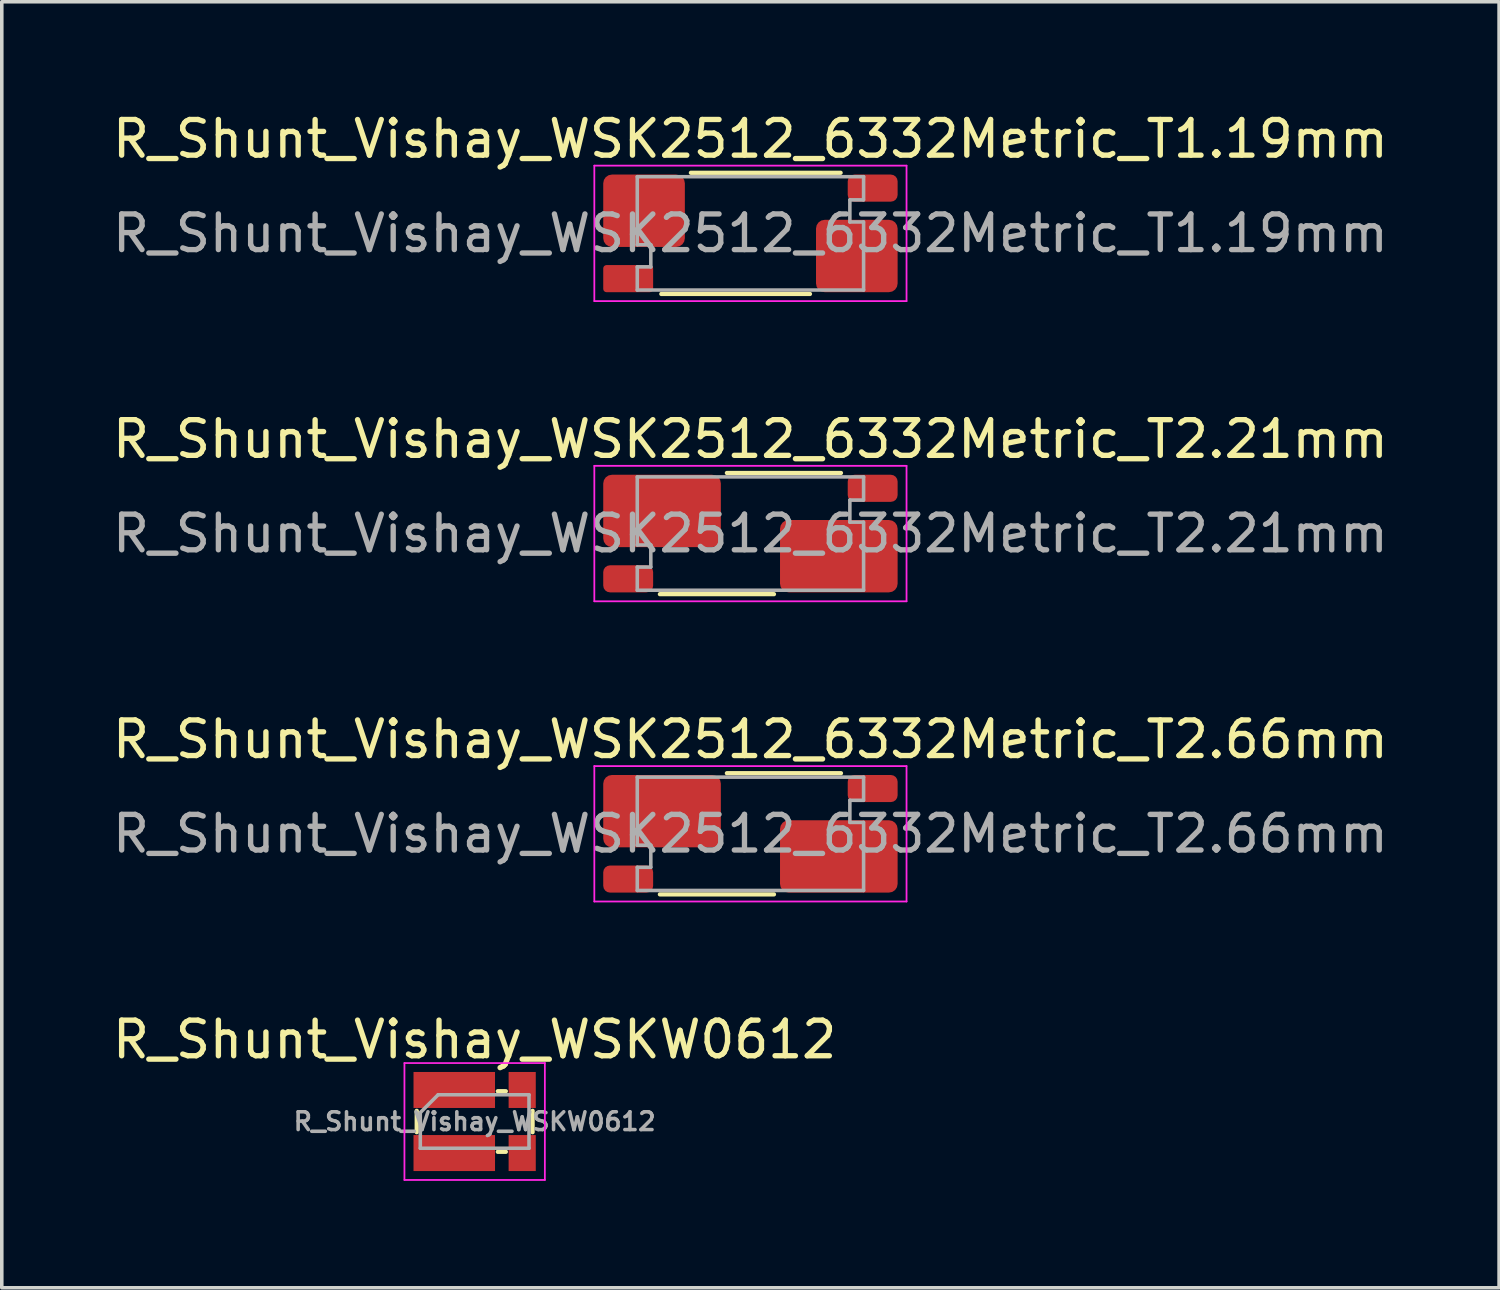
<source format=kicad_pcb>
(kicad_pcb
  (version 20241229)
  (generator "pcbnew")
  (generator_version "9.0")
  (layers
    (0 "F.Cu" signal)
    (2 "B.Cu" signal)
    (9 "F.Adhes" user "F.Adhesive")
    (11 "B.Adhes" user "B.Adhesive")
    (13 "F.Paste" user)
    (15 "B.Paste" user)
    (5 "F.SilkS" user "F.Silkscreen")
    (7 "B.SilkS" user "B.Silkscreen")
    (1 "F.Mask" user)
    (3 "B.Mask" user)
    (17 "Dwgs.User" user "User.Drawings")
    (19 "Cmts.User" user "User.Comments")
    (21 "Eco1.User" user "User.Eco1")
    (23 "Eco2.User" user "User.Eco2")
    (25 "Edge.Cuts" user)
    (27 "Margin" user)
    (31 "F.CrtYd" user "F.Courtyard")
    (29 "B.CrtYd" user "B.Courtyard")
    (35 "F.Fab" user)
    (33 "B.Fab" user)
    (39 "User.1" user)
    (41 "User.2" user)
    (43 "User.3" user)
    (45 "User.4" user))
  (footprint "R_Shunt_Vishay_WSK2512_6332Metric_T1.19mm"
    (layer "F.Cu")
    (at 18.006 3.498)
    (property "Reference" "R_Shunt_Vishay_WSK2512_6332Metric_T1.19mm" (at 0 -2.65 0) (layer "F.SilkS") (effects (font (size 1 1) (thickness 0.15))))
    (attr smd)
    (fp_line (start -2.5 1.7) (end 1.67 1.7) (stroke (width 0.12) (type solid)) (layer "F.SilkS"))
    (fp_line (start -1.67 -1.7) (end 2.53 -1.7) (stroke (width 0.12) (type solid)) (layer "F.SilkS"))
    (fp_line (start -4.38 -1.9) (end 4.38 -1.9) (stroke (width 0.05) (type solid)) (layer "F.CrtYd"))
    (fp_line (start -4.38 1.9) (end -4.38 -1.9) (stroke (width 0.05) (type solid)) (layer "F.CrtYd"))
    (fp_line (start 4.38 -1.9) (end 4.38 1.9) (stroke (width 0.05) (type solid)) (layer "F.CrtYd"))
    (fp_line (start 4.38 1.9) (end -4.38 1.9) (stroke (width 0.05) (type solid)) (layer "F.CrtYd"))
    (fp_line (start -3.175 -1.59) (end 3.175 -1.59) (stroke (width 0.1) (type solid)) (layer "F.Fab"))
    (fp_line (start -3.175 0.32) (end -3.175 -1.59) (stroke (width 0.1) (type solid)) (layer "F.Fab"))
    (fp_line (start -3.175 0.32) (end -2.795 0.32) (stroke (width 0.1) (type solid)) (layer "F.Fab"))
    (fp_line (start -3.175 0.94) (end -3.175 1.59) (stroke (width 0.1) (type solid)) (layer "F.Fab"))
    (fp_line (start -3.175 0.94) (end -2.795 0.94) (stroke (width 0.1) (type solid)) (layer "F.Fab"))
    (fp_line (start -2.795 0.94) (end -2.795 0.32) (stroke (width 0.1) (type solid)) (layer "F.Fab"))
    (fp_line (start 2.79 -0.94) (end 3.17 -0.94) (stroke (width 0.1) (type solid)) (layer "F.Fab"))
    (fp_line (start 2.79 -0.32) (end 2.79 -0.94) (stroke (width 0.1) (type solid)) (layer "F.Fab"))
    (fp_line (start 2.79 -0.32) (end 3.17 -0.32) (stroke (width 0.1) (type solid)) (layer "F.Fab"))
    (fp_line (start 3.175 -0.94) (end 3.175 -1.59) (stroke (width 0.1) (type solid)) (layer "F.Fab"))
    (fp_line (start 3.175 -0.32) (end 3.175 1.59) (stroke (width 0.1) (type solid)) (layer "F.Fab"))
    (fp_line (start 3.175 1.59) (end -3.175 1.59) (stroke (width 0.1) (type solid)) (layer "F.Fab"))
    (fp_text user "${REFERENCE}" (at 0 0 0) (layer "F.Fab") (effects (font (size 1 1) (thickness 0.15))))
    (pad "1" smd roundrect (at -2.985 -0.635) (size 2.29 2.03) (layers "F.Cu" "F.Mask" "F.Paste") (roundrect_rratio 0.12))
    (pad "2" smd roundrect (at -3.43 1.27) (size 1.4 0.76) (layers "F.Cu" "F.Mask" "F.Paste") (roundrect_rratio 0.12))
    (pad "3" smd roundrect (at 3.43 -1.27) (size 1.4 0.76) (layers "F.Cu" "F.Mask" "F.Paste") (roundrect_rratio 0.25))
    (pad "4" smd roundrect (at 2.985 0.635) (size 2.29 2.03) (layers "F.Cu" "F.Mask" "F.Paste") (roundrect_rratio 0.12)))
  (footprint "R_Shunt_Vishay_WSK2512_6332Metric_T2.21mm"
    (layer "F.Cu")
    (at 18.006 11.921)
    (property "Reference" "R_Shunt_Vishay_WSK2512_6332Metric_T2.21mm" (at 0 -2.65 0) (layer "F.SilkS") (effects (font (size 1 1) (thickness 0.15))))
    (attr smd)
    (fp_line (start -2.54 1.7) (end 0.66 1.7) (stroke (width 0.12) (type solid)) (layer "F.SilkS"))
    (fp_line (start -0.66 -1.7) (end 2.54 -1.7) (stroke (width 0.12) (type solid)) (layer "F.SilkS"))
    (fp_line (start -4.38 -1.9) (end 4.38 -1.9) (stroke (width 0.05) (type solid)) (layer "F.CrtYd"))
    (fp_line (start -4.38 1.9) (end -4.38 -1.9) (stroke (width 0.05) (type solid)) (layer "F.CrtYd"))
    (fp_line (start 4.38 -1.9) (end 4.38 1.9) (stroke (width 0.05) (type solid)) (layer "F.CrtYd"))
    (fp_line (start 4.38 1.9) (end -4.38 1.9) (stroke (width 0.05) (type solid)) (layer "F.CrtYd"))
    (fp_line (start -3.175 -1.59) (end 3.175 -1.59) (stroke (width 0.1) (type solid)) (layer "F.Fab"))
    (fp_line (start -3.175 0.32) (end -3.175 -1.59) (stroke (width 0.1) (type solid)) (layer "F.Fab"))
    (fp_line (start -3.175 0.32) (end -2.795 0.32) (stroke (width 0.1) (type solid)) (layer "F.Fab"))
    (fp_line (start -3.175 0.94) (end -3.175 1.59) (stroke (width 0.1) (type solid)) (layer "F.Fab"))
    (fp_line (start -3.175 0.94) (end -2.795 0.94) (stroke (width 0.1) (type solid)) (layer "F.Fab"))
    (fp_line (start -2.795 0.94) (end -2.795 0.32) (stroke (width 0.1) (type solid)) (layer "F.Fab"))
    (fp_line (start 2.79 -0.94) (end 3.17 -0.94) (stroke (width 0.1) (type solid)) (layer "F.Fab"))
    (fp_line (start 2.79 -0.32) (end 2.79 -0.94) (stroke (width 0.1) (type solid)) (layer "F.Fab"))
    (fp_line (start 2.79 -0.32) (end 3.17 -0.32) (stroke (width 0.1) (type solid)) (layer "F.Fab"))
    (fp_line (start 3.175 -0.94) (end 3.175 -1.59) (stroke (width 0.1) (type solid)) (layer "F.Fab"))
    (fp_line (start 3.175 -0.32) (end 3.175 1.59) (stroke (width 0.1) (type solid)) (layer "F.Fab"))
    (fp_line (start 3.175 1.59) (end -3.175 1.59) (stroke (width 0.1) (type solid)) (layer "F.Fab"))
    (fp_text user "${REFERENCE}" (at 0 0 0) (layer "F.Fab") (effects (font (size 1 1) (thickness 0.15))))
    (pad "1" smd roundrect (at -2.48 -0.635) (size 3.3 2.03) (layers "F.Cu" "F.Mask" "F.Paste") (roundrect_rratio 0.12))
    (pad "2" smd roundrect (at -3.43 1.27) (size 1.4 0.76) (layers "F.Cu" "F.Mask" "F.Paste") (roundrect_rratio 0.25))
    (pad "3" smd roundrect (at 3.43 -1.27) (size 1.4 0.76) (layers "F.Cu" "F.Mask" "F.Paste") (roundrect_rratio 0.25))
    (pad "4" smd roundrect (at 2.48 0.635) (size 3.3 2.03) (layers "F.Cu" "F.Mask" "F.Paste") (roundrect_rratio 0.12)))
  (footprint "R_Shunt_Vishay_WSKW0612"
    (layer "F.Cu")
    (at 10.268 28.418)
    (property "Reference" "R_Shunt_Vishay_WSKW0612" (at 0 -2.3 0) (layer "F.SilkS") (effects (font (size 1 1) (thickness 0.15))))
    (attr smd)
    (fp_line (start -1.625 0.3) (end -1.625 -0.3) (stroke (width 0.12) (type solid)) (layer "F.SilkS"))
    (fp_line (start 0.65 -0.85) (end 0.875 -0.85) (stroke (width 0.12) (type solid)) (layer "F.SilkS"))
    (fp_line (start 0.65 0.85) (end 0.875 0.85) (stroke (width 0.12) (type solid)) (layer "F.SilkS"))
    (fp_line (start 1.625 0.3) (end 1.625 -0.3) (stroke (width 0.12) (type solid)) (layer "F.SilkS"))
    (fp_line (start -1.97 1.64) (end -1.97 -1.64) (stroke (width 0.05) (type solid)) (layer "F.CrtYd"))
    (fp_line (start -1.97 1.64) (end 1.97 1.64) (stroke (width 0.05) (type solid)) (layer "F.CrtYd"))
    (fp_line (start 1.97 -1.64) (end -1.97 -1.64) (stroke (width 0.05) (type solid)) (layer "F.CrtYd"))
    (fp_line (start 1.97 -1.64) (end 1.97 1.64) (stroke (width 0.05) (type solid)) (layer "F.CrtYd"))
    (fp_line (start -1.525 -0.25) (end -1.025 -0.75) (stroke (width 0.1) (type solid)) (layer "F.Fab"))
    (fp_line (start -1.525 0.75) (end -1.525 -0.25) (stroke (width 0.1) (type solid)) (layer "F.Fab"))
    (fp_line (start -1.525 0.75) (end 1.525 0.75) (stroke (width 0.1) (type solid)) (layer "F.Fab"))
    (fp_line (start 1.525 -0.75) (end -1.025 -0.75) (stroke (width 0.1) (type solid)) (layer "F.Fab"))
    (fp_line (start 1.525 0.75) (end 1.525 -0.75) (stroke (width 0.1) (type solid)) (layer "F.Fab"))
    (fp_text user "${REFERENCE}" (at 0 0 0) (layer "F.Fab") (effects (font (size 0.5 0.5) (thickness 0.1))))
    (pad "1" smd rect (at -0.572 -0.885) (size 2.287 1.01) (layers "F.Cu" "F.Mask" "F.Paste"))
    (pad "2" smd rect (at 1.334 -0.885) (size 0.762 1.01) (layers "F.Cu" "F.Mask" "F.Paste"))
    (pad "3" smd rect (at 1.334 0.885) (size 0.762 1.01) (layers "F.Cu" "F.Mask" "F.Paste"))
    (pad "4" smd rect (at -0.572 0.885) (size 2.287 1.01) (layers "F.Cu" "F.Mask" "F.Paste")))
  (footprint "R_Shunt_Vishay_WSK2512_6332Metric_T2.66mm"
    (layer "F.Cu")
    (at 18.006 20.345)
    (property "Reference" "R_Shunt_Vishay_WSK2512_6332Metric_T2.66mm" (at 0 -2.65 0) (layer "F.SilkS") (effects (font (size 1 1) (thickness 0.15))))
    (attr smd)
    (fp_line (start -2.54 1.7) (end 0.66 1.7) (stroke (width 0.12) (type solid)) (layer "F.SilkS"))
    (fp_line (start -0.66 -1.7) (end 2.54 -1.7) (stroke (width 0.12) (type solid)) (layer "F.SilkS"))
    (fp_line (start -4.38 -1.9) (end 4.38 -1.9) (stroke (width 0.05) (type solid)) (layer "F.CrtYd"))
    (fp_line (start -4.38 1.9) (end -4.38 -1.9) (stroke (width 0.05) (type solid)) (layer "F.CrtYd"))
    (fp_line (start 4.38 -1.9) (end 4.38 1.9) (stroke (width 0.05) (type solid)) (layer "F.CrtYd"))
    (fp_line (start 4.38 1.9) (end -4.38 1.9) (stroke (width 0.05) (type solid)) (layer "F.CrtYd"))
    (fp_line (start -3.175 -1.59) (end 3.175 -1.59) (stroke (width 0.1) (type solid)) (layer "F.Fab"))
    (fp_line (start -3.175 0.32) (end -3.175 -1.59) (stroke (width 0.1) (type solid)) (layer "F.Fab"))
    (fp_line (start -3.175 0.32) (end -2.795 0.32) (stroke (width 0.1) (type solid)) (layer "F.Fab"))
    (fp_line (start -3.175 0.94) (end -3.175 1.59) (stroke (width 0.1) (type solid)) (layer "F.Fab"))
    (fp_line (start -3.175 0.94) (end -2.795 0.94) (stroke (width 0.1) (type solid)) (layer "F.Fab"))
    (fp_line (start -2.795 0.94) (end -2.795 0.32) (stroke (width 0.1) (type solid)) (layer "F.Fab"))
    (fp_line (start 2.79 -0.94) (end 3.17 -0.94) (stroke (width 0.1) (type solid)) (layer "F.Fab"))
    (fp_line (start 2.79 -0.32) (end 2.79 -0.94) (stroke (width 0.1) (type solid)) (layer "F.Fab"))
    (fp_line (start 2.79 -0.32) (end 3.17 -0.32) (stroke (width 0.1) (type solid)) (layer "F.Fab"))
    (fp_line (start 3.175 -0.94) (end 3.175 -1.59) (stroke (width 0.1) (type solid)) (layer "F.Fab"))
    (fp_line (start 3.175 -0.32) (end 3.175 1.59) (stroke (width 0.1) (type solid)) (layer "F.Fab"))
    (fp_line (start 3.175 1.59) (end -3.175 1.59) (stroke (width 0.1) (type solid)) (layer "F.Fab"))
    (fp_text user "${REFERENCE}" (at 0 0 0) (layer "F.Fab") (effects (font (size 1 1) (thickness 0.15))))
    (pad "1" smd roundrect (at -2.48 -0.635) (size 3.3 2.03) (layers "F.Cu" "F.Mask" "F.Paste") (roundrect_rratio 0.12))
    (pad "2" smd roundrect (at -3.43 1.27) (size 1.4 0.76) (layers "F.Cu" "F.Mask" "F.Paste") (roundrect_rratio 0.25))
    (pad "3" smd roundrect (at 3.43 -1.27) (size 1.4 0.76) (layers "F.Cu" "F.Mask" "F.Paste") (roundrect_rratio 0.25))
    (pad "4" smd roundrect (at 2.48 0.635) (size 3.3 2.03) (layers "F.Cu" "F.Mask" "F.Paste") (roundrect_rratio 0.12)))
  (gr_rect
    (start -3 -3)
    (end 39.012 33.083)
    (stroke (width 0.1) (type default))
    (fill no)
    (layer "Edge.Cuts")))
</source>
